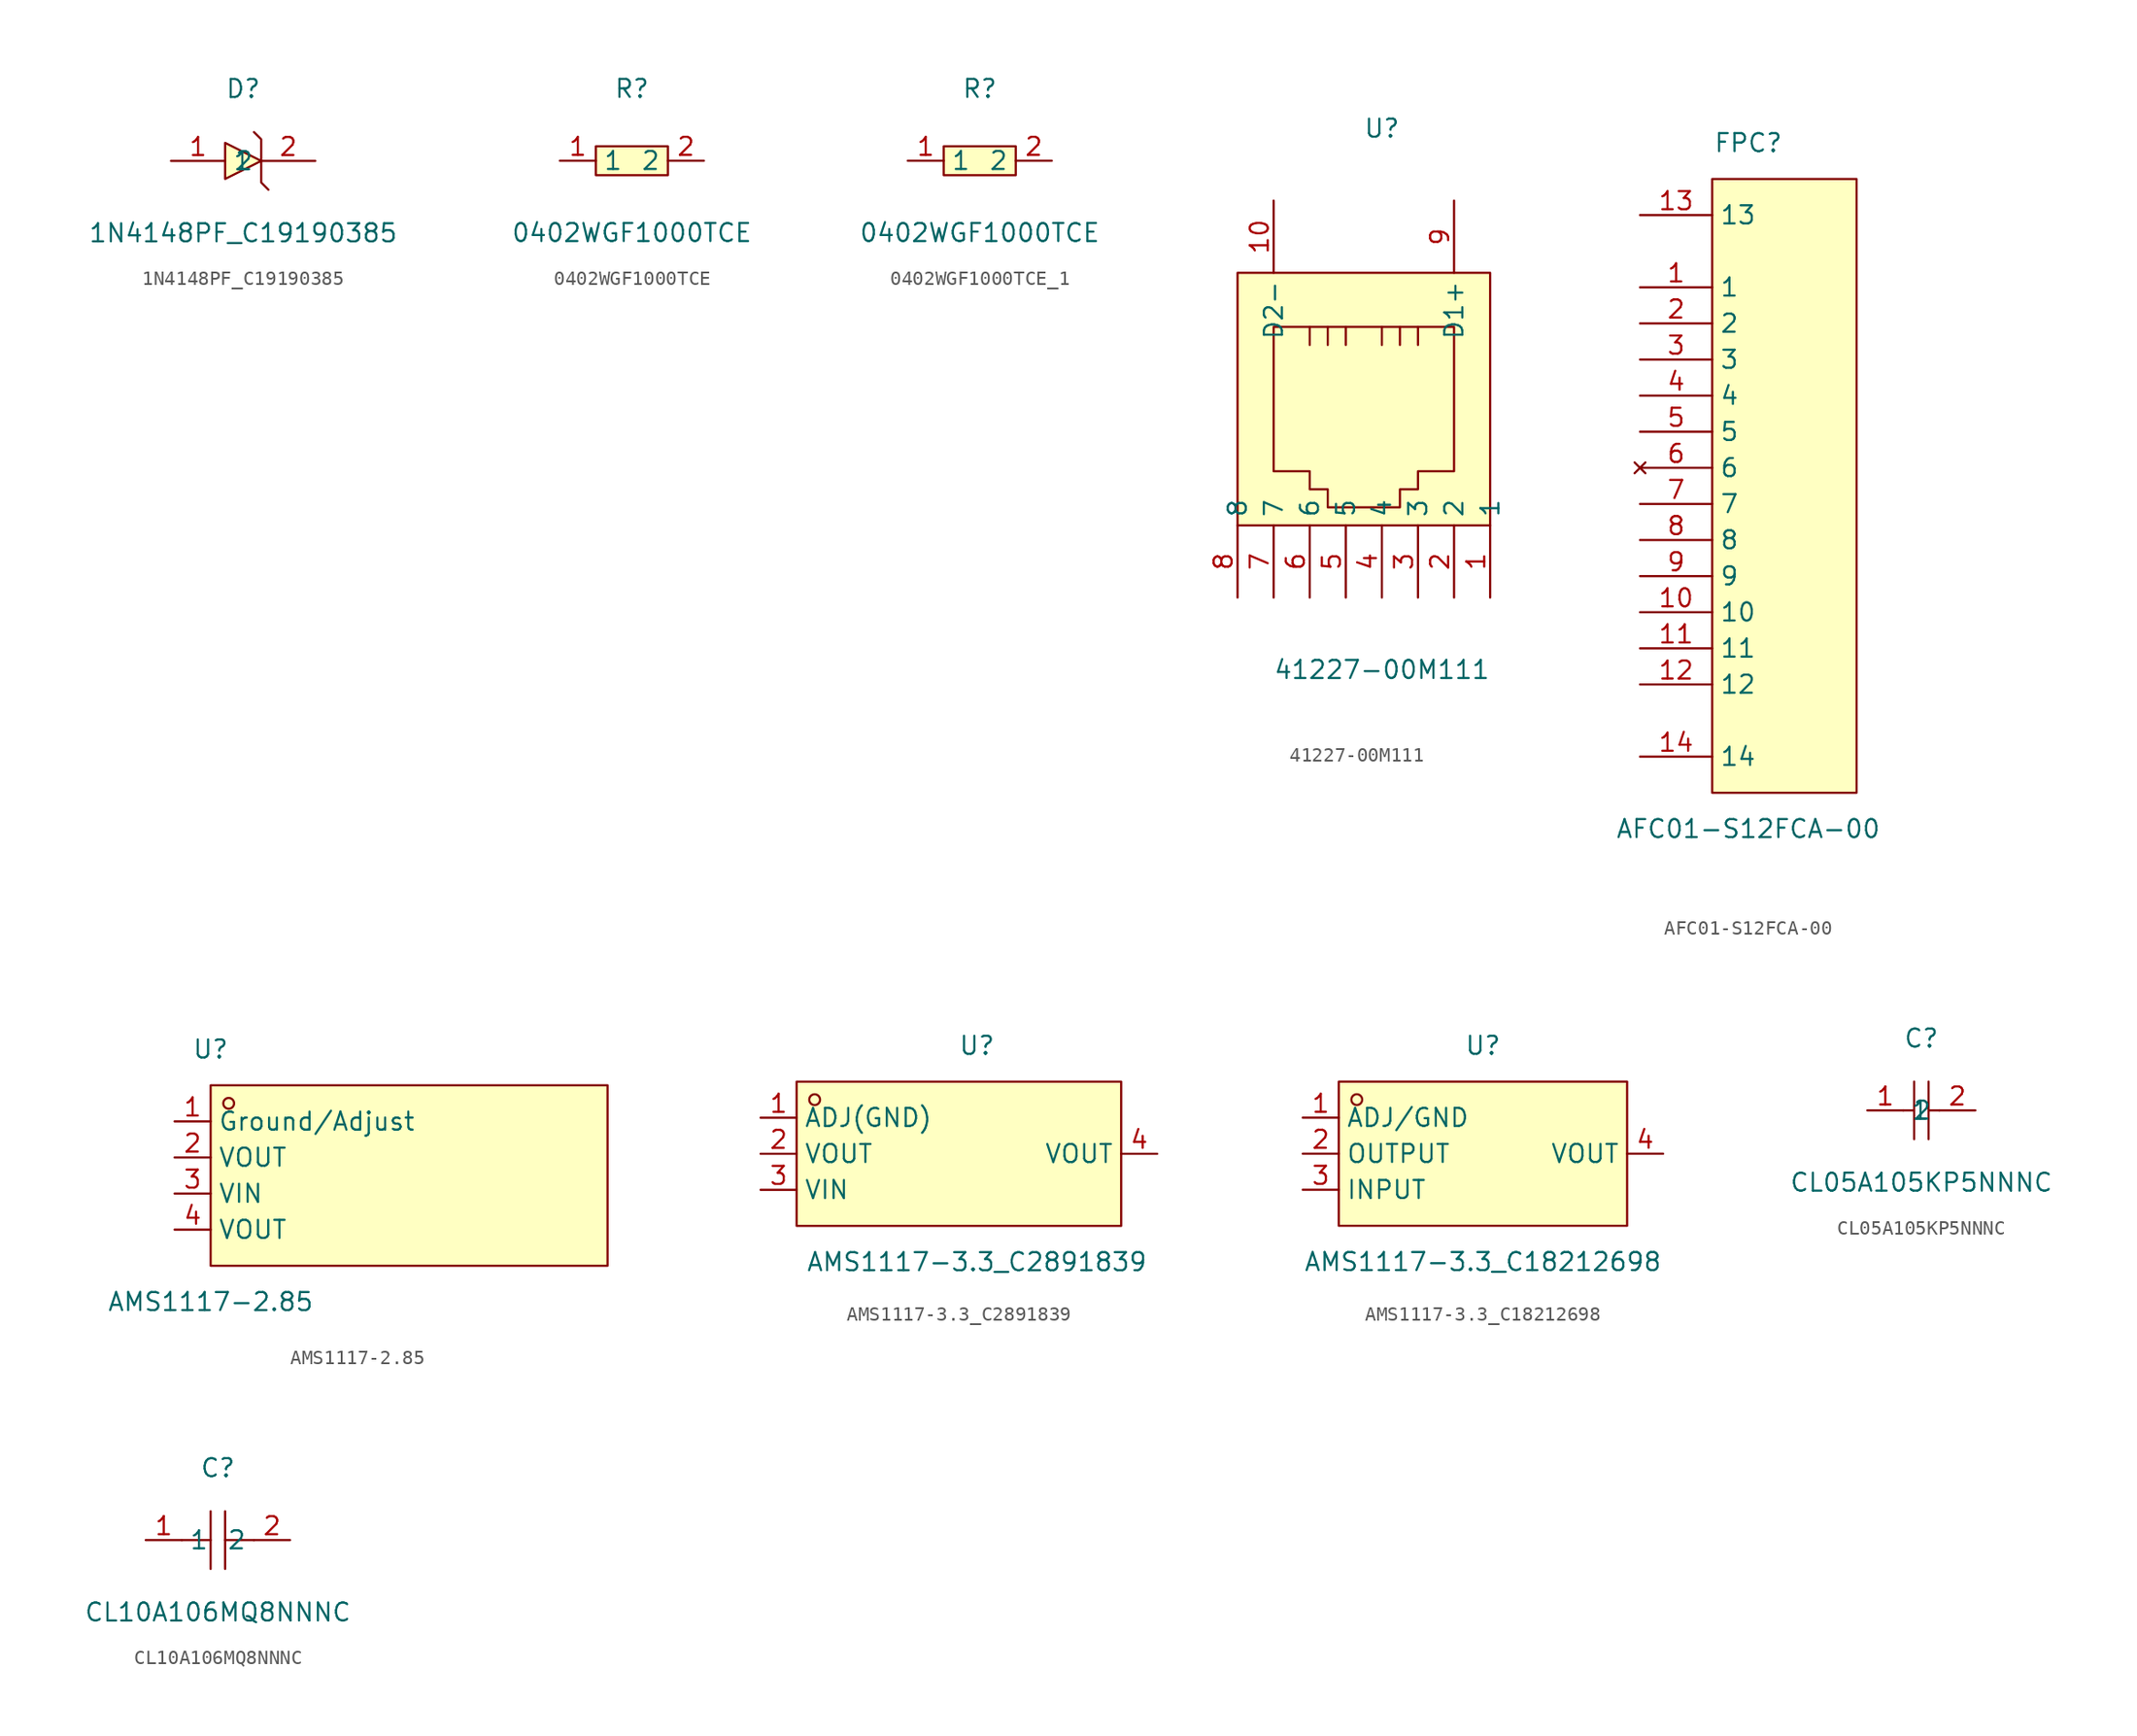
<source format=kicad_sym>
(kicad_symbol_lib
  (version 20241209)
  (generator "kicad_symbol_editor")
  (generator_version "9.0")
  (symbol "1N4148PF_C19190385"
    (property "Reference" "D"
      (at 0 5.08 0)
      (effects (font (size 1.27 1.27))))
    (property "Value" "1N4148PF_C19190385"
      (at 0 -5.08 0)
      (effects (font (size 1.27 1.27))))
    (symbol "1N4148PF_C19190385_0_1"
      (polyline (pts (xy -1.27 1.27) (xy 1.27 0) (xy -1.27 -1.27) (xy -1.27 1.27)) (stroke (width 0) (type default)) (fill (type background)))
      (polyline (pts (xy 0.76 2.03) (xy 0.76 2.03) (xy 1.27 1.52) (xy 1.27 -1.52) (xy 1.78 -2.03) (xy 1.78 -2.03)) (stroke (width 0) (type default)) (fill (type none)))
      (pin unspecified line (at -5.08 0 0) (length 3.81) (name "1" (effects (font (size 1.27 1.27)))) (number "1" (effects (font (size 1.27 1.27)))))
      (pin unspecified line (at 5.08 0 180) (length 3.81) (name "2" (effects (font (size 1.27 1.27)))) (number "2" (effects (font (size 1.27 1.27)))))))
  (symbol "0402WGF1000TCE"
    (property "Reference" "R"
      (at 0 5.08 0)
      (effects (font (size 1.27 1.27))))
    (property "Value" "0402WGF1000TCE"
      (at 0 -5.08 0)
      (effects (font (size 1.27 1.27))))
    (symbol "0402WGF1000TCE_0_1"
      (rectangle (start -2.54 1.02) (end 2.54 -1.02) (stroke (width 0) (type default)) (fill (type background)))
      (pin input line (at -5.08 0 0) (length 2.54) (name "1" (effects (font (size 1.27 1.27)))) (number "1" (effects (font (size 1.27 1.27)))))
      (pin input line (at 5.08 0 180) (length 2.54) (name "2" (effects (font (size 1.27 1.27)))) (number "2" (effects (font (size 1.27 1.27)))))))
  (symbol "0402WGF1000TCE_1"
    (property "Reference" "R"
      (at 0 5.08 0)
      (effects (font (size 1.27 1.27))))
    (property "Value" "0402WGF1000TCE"
      (at 0 -5.08 0)
      (effects (font (size 1.27 1.27))))
    (symbol "0402WGF1000TCE_1_0_1"
      (rectangle (start -2.54 1.02) (end 2.54 -1.02) (stroke (width 0) (type default)) (fill (type background)))
      (pin input line (at -5.08 0 0) (length 2.54) (name "1" (effects (font (size 1.27 1.27)))) (number "1" (effects (font (size 1.27 1.27)))))
      (pin output line (at 5.08 0 180) (length 2.54) (name "2" (effects (font (size 1.27 1.27)))) (number "2" (effects (font (size 1.27 1.27)))))))
  (symbol "41227-00M111"
    (property "Reference" "U"
      (at 0 20.32 0)
      (effects (font (size 1.27 1.27))))
    (property "Value" "41227-00M111"
      (at 0 -17.78 0)
      (effects (font (size 1.27 1.27))))
    (symbol "41227-00M111_0_1"
      (rectangle (start -10.16 10.16) (end 7.62 -7.62) (stroke (width 0) (type default)) (fill (type background)))
      (polyline (pts (xy -5.08 6.35) (xy -5.08 5.08) (xy -5.08 5.08)) (stroke (width 0) (type default)) (fill (type none)))
      (polyline (pts (xy -3.81 6.35) (xy -3.81 5.08) (xy -3.81 5.08)) (stroke (width 0) (type default)) (fill (type none)))
      (polyline (pts (xy -2.54 6.35) (xy -2.54 5.08) (xy -2.54 5.08)) (stroke (width 0) (type default)) (fill (type none)))
      (polyline (pts (xy 0 6.35) (xy 0 5.08) (xy 0 5.08)) (stroke (width 0) (type default)) (fill (type none)))
      (polyline (pts (xy 1.27 6.35) (xy 1.27 5.08) (xy 1.27 5.08)) (stroke (width 0) (type default)) (fill (type none)))
      (polyline (pts (xy 2.54 6.35) (xy 2.54 5.08) (xy 2.54 5.08)) (stroke (width 0) (type default)) (fill (type none)))
      (polyline (pts (xy 5.08 6.35) (xy -7.62 6.35) (xy -7.62 -3.81) (xy -5.08 -3.81) (xy -5.08 -5.08) (xy -3.81 -5.08) (xy -3.81 -5.08) (xy -3.81 -6.35) (xy 1.27 -6.35) (xy 1.27 -5.08) (xy 2.54 -5.08) (xy 2.54 -3.81) (xy 5.08 -3.81) (xy 5.08 6.35) (xy 5.08 5.08)) (stroke (width 0) (type default)) (fill (type none)))
      (pin unspecified line (at -10.16 -12.7 90) (length 5.08) (name "8" (effects (font (size 1.27 1.27)))) (number "8" (effects (font (size 1.27 1.27)))))
      (pin unspecified line (at -7.62 15.24 270) (length 5.08) (name "D2-" (effects (font (size 1.27 1.27)))) (number "10" (effects (font (size 1.27 1.27)))))
      (pin unspecified line (at -7.62 -12.7 90) (length 5.08) (name "7" (effects (font (size 1.27 1.27)))) (number "7" (effects (font (size 1.27 1.27)))))
      (pin unspecified line (at -5.08 -12.7 90) (length 5.08) (name "6" (effects (font (size 1.27 1.27)))) (number "6" (effects (font (size 1.27 1.27)))))
      (pin unspecified line (at -2.54 -12.7 90) (length 5.08) (name "5" (effects (font (size 1.27 1.27)))) (number "5" (effects (font (size 1.27 1.27)))))
      (pin unspecified line (at 0 -12.7 90) (length 5.08) (name "4" (effects (font (size 1.27 1.27)))) (number "4" (effects (font (size 1.27 1.27)))))
      (pin unspecified line (at 2.54 -12.7 90) (length 5.08) (name "3" (effects (font (size 1.27 1.27)))) (number "3" (effects (font (size 1.27 1.27)))))
      (pin unspecified line (at 5.08 15.24 270) (length 5.08) (name "D1+" (effects (font (size 1.27 1.27)))) (number "9" (effects (font (size 1.27 1.27)))))
      (pin unspecified line (at 5.08 -12.7 90) (length 5.08) (name "2" (effects (font (size 1.27 1.27)))) (number "2" (effects (font (size 1.27 1.27)))))
      (pin unspecified line (at 7.62 -12.7 90) (length 5.08) (name "1" (effects (font (size 1.27 1.27)))) (number "1" (effects (font (size 1.27 1.27)))))))
  (symbol "AFC01-S12FCA-00"
    (property "Reference" "FPC"
      (at 0 24.13 0)
      (effects (font (size 1.27 1.27))))
    (property "Value" "AFC01-S12FCA-00"
      (at 0 -24.13 0)
      (effects (font (size 1.27 1.27))))
    (symbol "AFC01-S12FCA-00_0_1"
      (rectangle (start -2.54 21.59) (end 7.62 -21.59) (stroke (width 0) (type default)) (fill (type background)))
      (pin unspecified line (at -7.62 19.05 0) (length 5.08) (name "13" (effects (font (size 1.27 1.27)))) (number "13" (effects (font (size 1.27 1.27)))))
      (pin input line (at -7.62 13.97 0) (length 5.08) (name "1" (effects (font (size 1.27 1.27)))) (number "1" (effects (font (size 1.27 1.27)))))
      (pin input line (at -7.62 11.43 0) (length 5.08) (name "2" (effects (font (size 1.27 1.27)))) (number "2" (effects (font (size 1.27 1.27)))))
      (pin input line (at -7.62 8.89 0) (length 5.08) (name "3" (effects (font (size 1.27 1.27)))) (number "3" (effects (font (size 1.27 1.27)))))
      (pin input line (at -7.62 6.35 0) (length 5.08) (name "4" (effects (font (size 1.27 1.27)))) (number "4" (effects (font (size 1.27 1.27)))))
      (pin input line (at -7.62 3.81 0) (length 5.08) (name "5" (effects (font (size 1.27 1.27)))) (number "5" (effects (font (size 1.27 1.27)))))
      (pin no_connect line (at -7.62 1.27 0) (length 5.08) (name "6" (effects (font (size 1.27 1.27)))) (number "6" (effects (font (size 1.27 1.27)))))
      (pin output line (at -7.62 -1.27 0) (length 5.08) (name "7" (effects (font (size 1.27 1.27)))) (number "7" (effects (font (size 1.27 1.27)))))
      (pin bidirectional line (at -7.62 -3.81 0) (length 5.08) (name "8" (effects (font (size 1.27 1.27)))) (number "8" (effects (font (size 1.27 1.27)))))
      (pin output line (at -7.62 -6.35 0) (length 5.08) (name "9" (effects (font (size 1.27 1.27)))) (number "9" (effects (font (size 1.27 1.27)))))
      (pin output line (at -7.62 -8.89 0) (length 5.08) (name "10" (effects (font (size 1.27 1.27)))) (number "10" (effects (font (size 1.27 1.27)))))
      (pin output line (at -7.62 -11.43 0) (length 5.08) (name "11" (effects (font (size 1.27 1.27)))) (number "11" (effects (font (size 1.27 1.27)))))
      (pin power_in line (at -7.62 -13.97 0) (length 5.08) (name "12" (effects (font (size 1.27 1.27)))) (number "12" (effects (font (size 1.27 1.27)))))
      (pin unspecified line (at -7.62 -19.05 0) (length 5.08) (name "14" (effects (font (size 1.27 1.27)))) (number "14" (effects (font (size 1.27 1.27)))))))
  (symbol "AMS1117-2.85"
    (property "Reference" "U"
      (at 0 7.62 0)
      (effects (font (size 1.27 1.27))))
    (property "Value" "AMS1117-2.85"
      (at 0 -10.16 0)
      (effects (font (size 1.27 1.27))))
    (symbol "AMS1117-2.85_0_1"
      (rectangle (start 0 5.08) (end 27.94 -7.62) (stroke (width 0) (type default)) (fill (type background)))
      (circle (center 1.27 3.81) (radius 0.38) (stroke (width 0) (type default)) (fill (type none)))
      (pin unspecified line (at -2.54 2.54 0) (length 2.54) (name "Ground/Adjust" (effects (font (size 1.27 1.27)))) (number "1" (effects (font (size 1.27 1.27)))))
      (pin unspecified line (at -2.54 0 0) (length 2.54) (name "VOUT" (effects (font (size 1.27 1.27)))) (number "2" (effects (font (size 1.27 1.27)))))
      (pin unspecified line (at -2.54 -2.54 0) (length 2.54) (name "VIN" (effects (font (size 1.27 1.27)))) (number "3" (effects (font (size 1.27 1.27)))))
      (pin unspecified line (at -2.54 -5.08 0) (length 2.54) (name "VOUT" (effects (font (size 1.27 1.27)))) (number "4" (effects (font (size 1.27 1.27)))))))
  (symbol "AMS1117-3.3_C2891839"
    (property "Reference" "U"
      (at 0 7.62 0)
      (effects (font (size 1.27 1.27))))
    (property "Value" "AMS1117-3.3_C2891839"
      (at 0 -7.62 0)
      (effects (font (size 1.27 1.27))))
    (symbol "AMS1117-3.3_C2891839_0_1"
      (rectangle (start -12.7 5.08) (end 10.16 -5.08) (stroke (width 0) (type default)) (fill (type background)))
      (circle (center -11.43 3.81) (radius 0.38) (stroke (width 0) (type default)) (fill (type none)))
      (pin power_in line (at -15.24 2.54 0) (length 2.54) (name "ADJ(GND)" (effects (font (size 1.27 1.27)))) (number "1" (effects (font (size 1.27 1.27)))))
      (pin power_out line (at -15.24 0 0) (length 2.54) (name "VOUT" (effects (font (size 1.27 1.27)))) (number "2" (effects (font (size 1.27 1.27)))))
      (pin power_in line (at -15.24 -2.54 0) (length 2.54) (name "VIN" (effects (font (size 1.27 1.27)))) (number "3" (effects (font (size 1.27 1.27)))))
      (pin power_out line (at 12.7 0 180) (length 2.54) (name "VOUT" (effects (font (size 1.27 1.27)))) (number "4" (effects (font (size 1.27 1.27)))))))
  (symbol "AMS1117-3.3_C18212698"
    (property "Reference" "U"
      (at 0 7.62 0)
      (effects (font (size 1.27 1.27))))
    (property "Value" "AMS1117-3.3_C18212698"
      (at 0 -7.62 0)
      (effects (font (size 1.27 1.27))))
    (symbol "AMS1117-3.3_C18212698_0_1"
      (rectangle (start -10.16 5.08) (end 10.16 -5.08) (stroke (width 0) (type default)) (fill (type background)))
      (circle (center -8.89 3.81) (radius 0.38) (stroke (width 0) (type default)) (fill (type none)))
      (pin unspecified line (at -12.7 2.54 0) (length 2.54) (name "ADJ/GND" (effects (font (size 1.27 1.27)))) (number "1" (effects (font (size 1.27 1.27)))))
      (pin unspecified line (at -12.7 0 0) (length 2.54) (name "OUTPUT" (effects (font (size 1.27 1.27)))) (number "2" (effects (font (size 1.27 1.27)))))
      (pin unspecified line (at -12.7 -2.54 0) (length 2.54) (name "INPUT" (effects (font (size 1.27 1.27)))) (number "3" (effects (font (size 1.27 1.27)))))
      (pin unspecified line (at 12.7 0 180) (length 2.54) (name "VOUT" (effects (font (size 1.27 1.27)))) (number "4" (effects (font (size 1.27 1.27)))))))
  (symbol "CL05A105KP5NNNC"
    (property "Reference" "C"
      (at 0 5.08 0)
      (effects (font (size 1.27 1.27))))
    (property "Value" "CL05A105KP5NNNC"
      (at 0 -5.08 0)
      (effects (font (size 1.27 1.27))))
    (symbol "CL05A105KP5NNNC_0_1"
      (polyline (pts (xy -1.27 0) (xy -0.51 0)) (stroke (width 0) (type default)) (fill (type none)))
      (polyline (pts (xy -0.51 2.03) (xy -0.51 -2.03)) (stroke (width 0) (type default)) (fill (type none)))
      (polyline (pts (xy 0.51 2.03) (xy 0.51 -2.03)) (stroke (width 0) (type default)) (fill (type none)))
      (polyline (pts (xy 0.51 0) (xy 1.27 0)) (stroke (width 0) (type default)) (fill (type none)))
      (pin input line (at -3.81 0 0) (length 2.54) (name "1" (effects (font (size 1.27 1.27)))) (number "1" (effects (font (size 1.27 1.27)))))
      (pin input line (at 3.81 0 180) (length 2.54) (name "2" (effects (font (size 1.27 1.27)))) (number "2" (effects (font (size 1.27 1.27)))))))
  (symbol "CL10A106MQ8NNNC"
    (property "Reference" "C"
      (at 0 5.08 0)
      (effects (font (size 1.27 1.27))))
    (property "Value" "CL10A106MQ8NNNC"
      (at 0 -5.08 0)
      (effects (font (size 1.27 1.27))))
    (symbol "CL10A106MQ8NNNC_0_1"
      (polyline (pts (xy -0.51 0) (xy -2.54 0)) (stroke (width 0) (type default)) (fill (type none)))
      (polyline (pts (xy -0.51 -2.03) (xy -0.51 2.03)) (stroke (width 0) (type default)) (fill (type none)))
      (polyline (pts (xy 0.51 2.03) (xy 0.51 -2.03)) (stroke (width 0) (type default)) (fill (type none)))
      (polyline (pts (xy 2.54 0) (xy 0.51 0)) (stroke (width 0) (type default)) (fill (type none)))
      (pin passive line (at -5.08 0 0) (length 2.54) (name "1" (effects (font (size 1.27 1.27)))) (number "1" (effects (font (size 1.27 1.27)))))
      (pin passive line (at 5.08 0 180) (length 2.54) (name "2" (effects (font (size 1.27 1.27)))) (number "2" (effects (font (size 1.27 1.27))))))))
</source>
